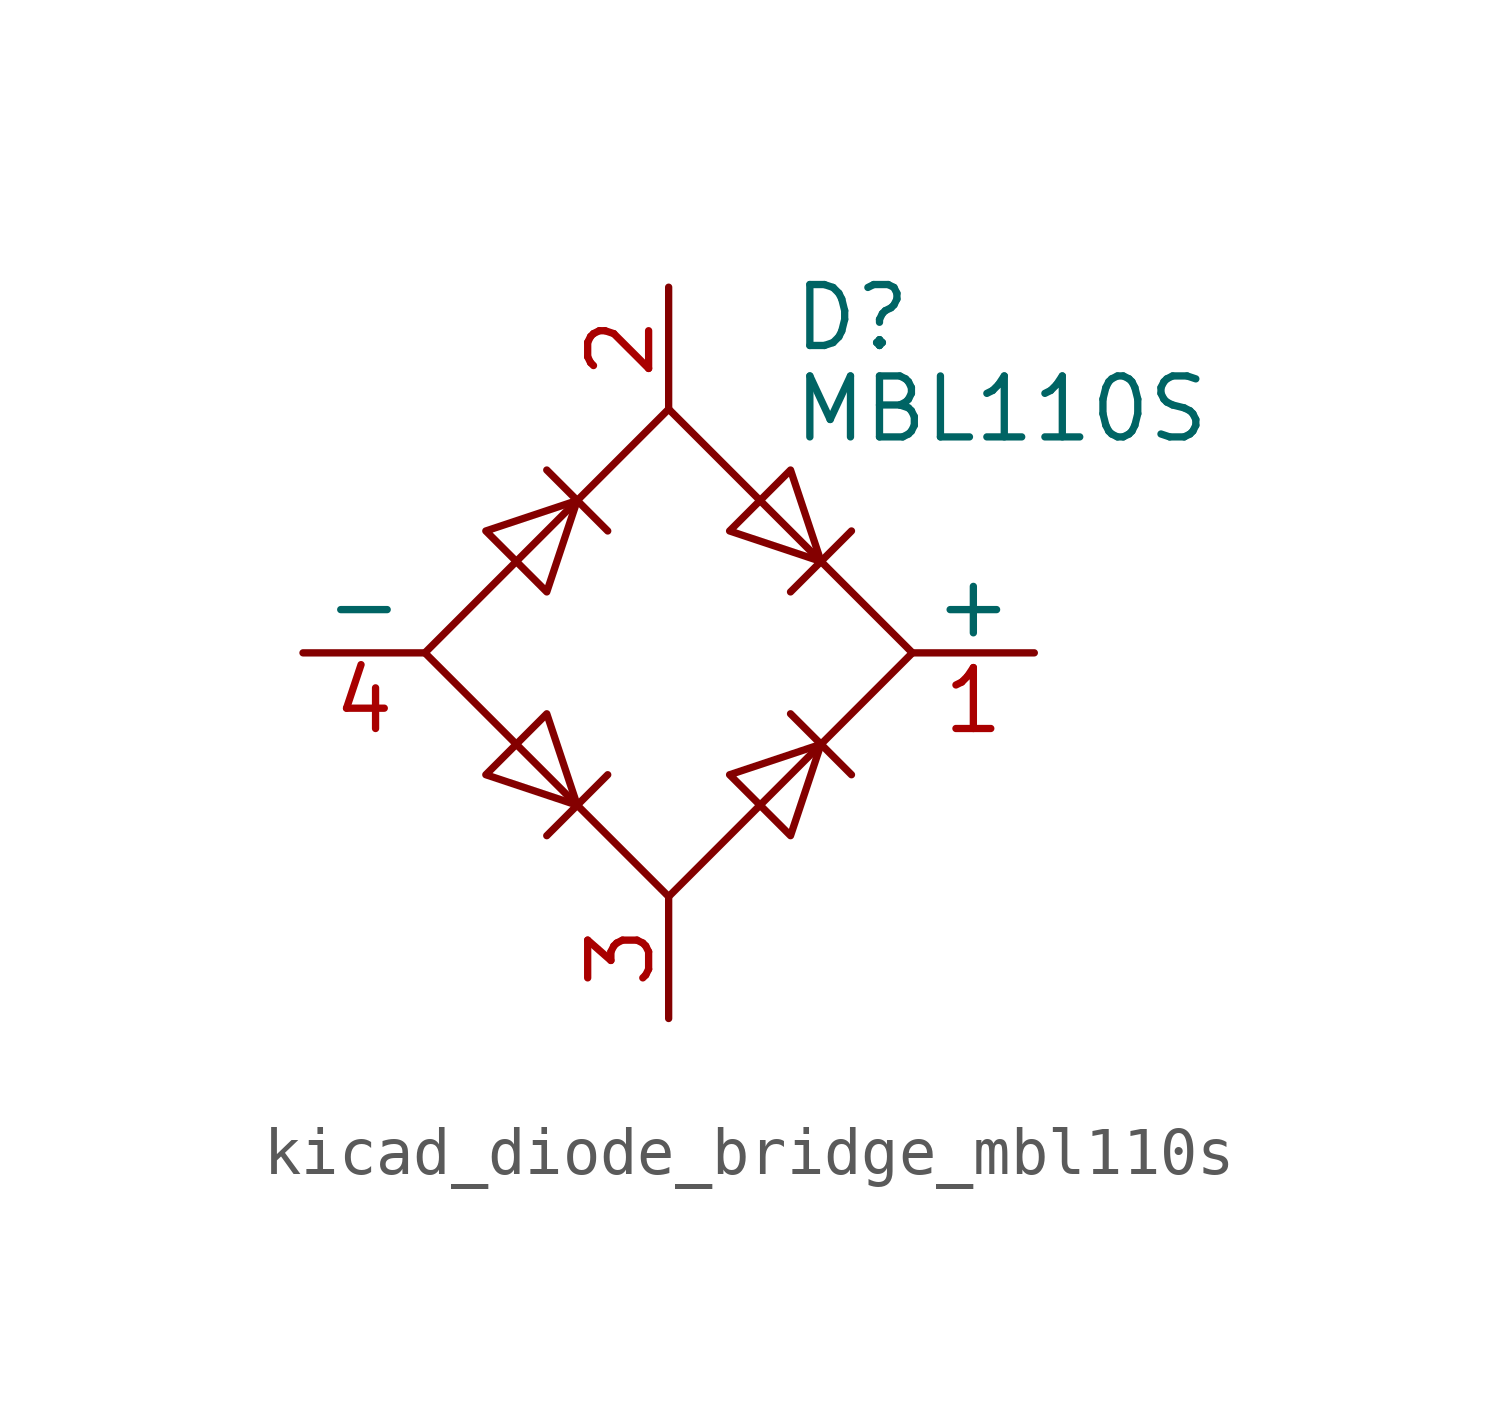
<source format=kicad_sym>
(kicad_symbol_lib
  (version 20220914)
  (generator kicad_symbol_editor)
  (symbol "kicad_diode_bridge_mbl110s"
    (pin_names
      (offset 0))
    (property "Reference" "D"
      (at 2.54 6.985 0)
      (effects (font (size 1.27 1.27)) (justify left)))
    (property "Value" "MBL110S"
      (at 2.54 5.08 0)
      (effects (font (size 1.27 1.27)) (justify left)))
    (symbol "kicad_diode_bridge_mbl110s_0_1"
      (polyline (pts (xy -2.54 3.81) (xy -1.27 2.54)) (stroke (width 0) (type default)) (fill (type none)))
      (polyline (pts (xy -1.27 -2.54) (xy -2.54 -3.81)) (stroke (width 0) (type default)) (fill (type none)))
      (polyline (pts (xy 2.54 -1.27) (xy 3.81 -2.54)) (stroke (width 0) (type default)) (fill (type none)))
      (polyline (pts (xy 2.54 1.27) (xy 3.81 2.54)) (stroke (width 0) (type default)) (fill (type none)))
      (polyline (pts (xy -3.81 2.54) (xy -2.54 1.27) (xy -1.905 3.175) (xy -3.81 2.54)) (stroke (width 0) (type default)) (fill (type none)))
      (polyline (pts (xy -2.54 -1.27) (xy -3.81 -2.54) (xy -1.905 -3.175) (xy -2.54 -1.27)) (stroke (width 0) (type default)) (fill (type none)))
      (polyline (pts (xy 1.27 2.54) (xy 2.54 3.81) (xy 3.175 1.905) (xy 1.27 2.54)) (stroke (width 0) (type default)) (fill (type none)))
      (polyline (pts (xy 3.175 -1.905) (xy 1.27 -2.54) (xy 2.54 -3.81) (xy 3.175 -1.905)) (stroke (width 0) (type default)) (fill (type none)))
      (polyline (pts (xy -5.08 0) (xy 0 -5.08) (xy 5.08 0) (xy 0 5.08) (xy -5.08 0)) (stroke (width 0) (type default)) (fill (type none))))
    (symbol "kicad_diode_bridge_mbl110s_1_1"
      (pin passive line (at 7.62 0 180) (length 2.54) (name "+" (effects (font (size 1.27 1.27)))) (number "1" (effects (font (size 1.27 1.27)))))
      (pin passive line (at 0 7.62 270) (length 2.54) (name "~" (effects (font (size 1.27 1.27)))) (number "2" (effects (font (size 1.27 1.27)))))
      (pin passive line (at 0 -7.62 90) (length 2.54) (name "~" (effects (font (size 1.27 1.27)))) (number "3" (effects (font (size 1.27 1.27)))))
      (pin passive line (at -7.62 0 0) (length 2.54) (name "-" (effects (font (size 1.27 1.27)))) (number "4" (effects (font (size 1.27 1.27))))))))
</source>
